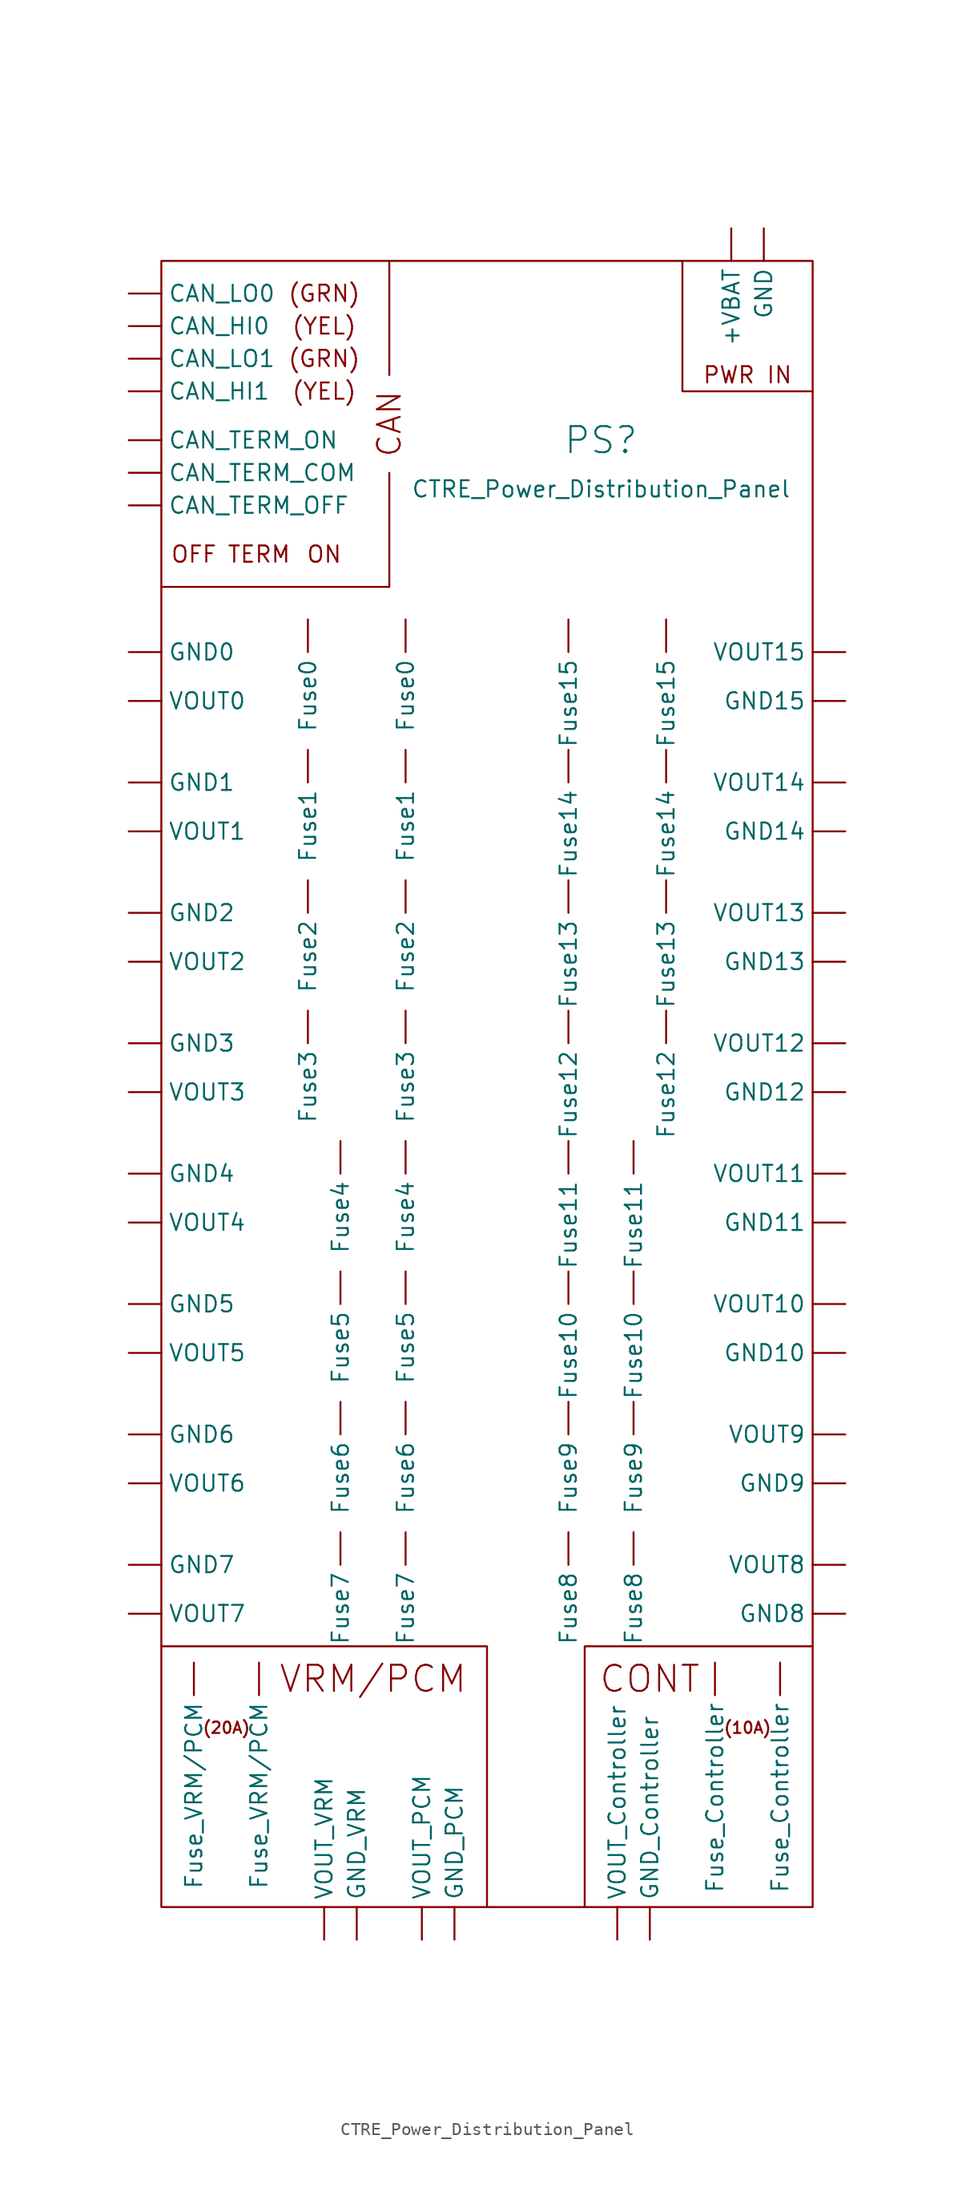
<source format=kicad_sym>
(kicad_symbol_lib
  (version 20220914)
  (generator kicad_symbol_editor)
  (symbol "CTRE_Power_Distribution_Panel"
    (property "Reference" "PS"
      (at 8.89 21.59 0)
      (effects (font (size 2.032 2.032))))
    (property "Value" "CTRE_Power_Distribution_Panel"
      (at 8.89 17.78 0)
      (effects (font (size 1.27 1.27))))
    (symbol "CTRE_Power_Distribution_Panel_0_0"
      (rectangle (start -25.4 35.56) (end 25.4 -92.71) (stroke (width 0) (type default)) (fill (type none)))
      (polyline (pts (xy -7.62 26.67) (xy -7.62 35.56)) (stroke (width 0) (type default)) (fill (type none)))
      (polyline (pts (xy -25.4 -72.39) (xy 0 -72.39) (xy 0 -92.71)) (stroke (width 0) (type default)) (fill (type none)))
      (polyline (pts (xy -7.62 19.05) (xy -7.62 10.16) (xy -25.4 10.16)) (stroke (width 0) (type default)) (fill (type none)))
      (polyline (pts (xy 7.62 -92.71) (xy 7.62 -72.39) (xy 25.4 -72.39)) (stroke (width 0) (type default)) (fill (type none)))
      (polyline (pts (xy 25.4 25.4) (xy 15.24 25.4) (xy 15.24 35.56)) (stroke (width 0) (type default)) (fill (type none)))
      (text "(10A)" (at 20.32 -78.74 0) (effects (font (size 0.889 0.889))))
      (text "(20A)" (at -20.32 -78.74 0) (effects (font (size 0.889 0.889))))
      (text "(GRN)" (at -12.7 27.94 0) (effects (font (size 1.27 1.27))))
      (text "(GRN)" (at -12.7 33.02 0) (effects (font (size 1.27 1.27))))
      (text "(YEL)" (at -12.7 25.4 0) (effects (font (size 1.27 1.27))))
      (text "(YEL)" (at -12.7 30.48 0) (effects (font (size 1.27 1.27))))
      (text "CAN" (at -7.62 22.86 900) (effects (font (size 1.778 1.778))))
      (text "CONT" (at 12.7 -74.93 0) (effects (font (size 2.032 2.032))))
      (text "OFF" (at -22.86 12.7 0) (effects (font (size 1.27 1.27))))
      (text "ON" (at -12.7 12.7 0) (effects (font (size 1.27 1.27))))
      (text "PWR IN" (at 20.32 26.67 0) (effects (font (size 1.27 1.27))))
      (text "TERM" (at -17.78 12.7 0) (effects (font (size 1.27 1.27))))
      (text "VRM/PCM" (at -8.89 -74.93 0) (effects (font (size 2.032 2.032)))))
    (symbol "CTRE_Power_Distribution_Panel_1_1"
      (pin power_in line (at 19.05 38.1 270) (length 2.54) (name "+VBAT" (effects (font (size 1.27 1.27)))) (number "" (effects (font (size 1.27 1.27)))))
      (pin bidirectional line (at -27.94 30.48 0) (length 2.54) (name "CAN_HI0" (effects (font (size 1.27 1.27)))) (number "" (effects (font (size 1.27 1.27)))))
      (pin bidirectional line (at -27.94 25.4 0) (length 2.54) (name "CAN_HI1" (effects (font (size 1.27 1.27)))) (number "" (effects (font (size 1.27 1.27)))))
      (pin bidirectional line (at -27.94 33.02 0) (length 2.54) (name "CAN_LO0" (effects (font (size 1.27 1.27)))) (number "" (effects (font (size 1.27 1.27)))))
      (pin bidirectional line (at -27.94 27.94 0) (length 2.54) (name "CAN_LO1" (effects (font (size 1.27 1.27)))) (number "" (effects (font (size 1.27 1.27)))))
      (pin bidirectional line (at -27.94 19.05 0) (length 2.54) (name "CAN_TERM_COM" (effects (font (size 1.27 1.27)))) (number "" (effects (font (size 1.27 1.27)))))
      (pin bidirectional line (at -27.94 16.51 0) (length 2.54) (name "CAN_TERM_OFF" (effects (font (size 1.27 1.27)))) (number "" (effects (font (size 1.27 1.27)))))
      (pin bidirectional line (at -27.94 21.59 0) (length 2.54) (name "CAN_TERM_ON" (effects (font (size 1.27 1.27)))) (number "" (effects (font (size 1.27 1.27)))))
      (pin bidirectional line (at -13.97 7.62 270) (length 2.54) (name "Fuse0" (effects (font (size 1.27 1.27)))) (number "" (effects (font (size 1.27 1.27)))))
      (pin bidirectional line (at -6.35 7.62 270) (length 2.54) (name "Fuse0" (effects (font (size 1.27 1.27)))) (number "" (effects (font (size 1.27 1.27)))))
      (pin bidirectional line (at -13.97 -2.54 270) (length 2.54) (name "Fuse1" (effects (font (size 1.27 1.27)))) (number "" (effects (font (size 1.27 1.27)))))
      (pin bidirectional line (at -6.35 -2.54 270) (length 2.54) (name "Fuse1" (effects (font (size 1.27 1.27)))) (number "" (effects (font (size 1.27 1.27)))))
      (pin bidirectional line (at 6.35 -43.18 270) (length 2.54) (name "Fuse10" (effects (font (size 1.27 1.27)))) (number "" (effects (font (size 1.27 1.27)))))
      (pin bidirectional line (at 11.43 -43.18 270) (length 2.54) (name "Fuse10" (effects (font (size 1.27 1.27)))) (number "" (effects (font (size 1.27 1.27)))))
      (pin bidirectional line (at 6.35 -33.02 270) (length 2.54) (name "Fuse11" (effects (font (size 1.27 1.27)))) (number "" (effects (font (size 1.27 1.27)))))
      (pin bidirectional line (at 11.43 -33.02 270) (length 2.54) (name "Fuse11" (effects (font (size 1.27 1.27)))) (number "" (effects (font (size 1.27 1.27)))))
      (pin bidirectional line (at 6.35 -22.86 270) (length 2.54) (name "Fuse12" (effects (font (size 1.27 1.27)))) (number "" (effects (font (size 1.27 1.27)))))
      (pin bidirectional line (at 13.97 -22.86 270) (length 2.54) (name "Fuse12" (effects (font (size 1.27 1.27)))) (number "" (effects (font (size 1.27 1.27)))))
      (pin bidirectional line (at 6.35 -12.7 270) (length 2.54) (name "Fuse13" (effects (font (size 1.27 1.27)))) (number "" (effects (font (size 1.27 1.27)))))
      (pin bidirectional line (at 13.97 -12.7 270) (length 2.54) (name "Fuse13" (effects (font (size 1.27 1.27)))) (number "" (effects (font (size 1.27 1.27)))))
      (pin bidirectional line (at 6.35 -2.54 270) (length 2.54) (name "Fuse14" (effects (font (size 1.27 1.27)))) (number "" (effects (font (size 1.27 1.27)))))
      (pin bidirectional line (at 13.97 -2.54 270) (length 2.54) (name "Fuse14" (effects (font (size 1.27 1.27)))) (number "" (effects (font (size 1.27 1.27)))))
      (pin bidirectional line (at 6.35 7.62 270) (length 2.54) (name "Fuse15" (effects (font (size 1.27 1.27)))) (number "" (effects (font (size 1.27 1.27)))))
      (pin bidirectional line (at 13.97 7.62 270) (length 2.54) (name "Fuse15" (effects (font (size 1.27 1.27)))) (number "" (effects (font (size 1.27 1.27)))))
      (pin bidirectional line (at -13.97 -12.7 270) (length 2.54) (name "Fuse2" (effects (font (size 1.27 1.27)))) (number "" (effects (font (size 1.27 1.27)))))
      (pin bidirectional line (at -6.35 -12.7 270) (length 2.54) (name "Fuse2" (effects (font (size 1.27 1.27)))) (number "" (effects (font (size 1.27 1.27)))))
      (pin bidirectional line (at -13.97 -22.86 270) (length 2.54) (name "Fuse3" (effects (font (size 1.27 1.27)))) (number "" (effects (font (size 1.27 1.27)))))
      (pin bidirectional line (at -6.35 -22.86 270) (length 2.54) (name "Fuse3" (effects (font (size 1.27 1.27)))) (number "" (effects (font (size 1.27 1.27)))))
      (pin bidirectional line (at -11.43 -33.02 270) (length 2.54) (name "Fuse4" (effects (font (size 1.27 1.27)))) (number "" (effects (font (size 1.27 1.27)))))
      (pin bidirectional line (at -6.35 -33.02 270) (length 2.54) (name "Fuse4" (effects (font (size 1.27 1.27)))) (number "" (effects (font (size 1.27 1.27)))))
      (pin bidirectional line (at -11.43 -43.18 270) (length 2.54) (name "Fuse5" (effects (font (size 1.27 1.27)))) (number "" (effects (font (size 1.27 1.27)))))
      (pin bidirectional line (at -6.35 -43.18 270) (length 2.54) (name "Fuse5" (effects (font (size 1.27 1.27)))) (number "" (effects (font (size 1.27 1.27)))))
      (pin bidirectional line (at -11.43 -53.34 270) (length 2.54) (name "Fuse6" (effects (font (size 1.27 1.27)))) (number "" (effects (font (size 1.27 1.27)))))
      (pin bidirectional line (at -6.35 -53.34 270) (length 2.54) (name "Fuse6" (effects (font (size 1.27 1.27)))) (number "" (effects (font (size 1.27 1.27)))))
      (pin bidirectional line (at -11.43 -63.5 270) (length 2.54) (name "Fuse7" (effects (font (size 1.27 1.27)))) (number "" (effects (font (size 1.27 1.27)))))
      (pin bidirectional line (at -6.35 -63.5 270) (length 2.54) (name "Fuse7" (effects (font (size 1.27 1.27)))) (number "" (effects (font (size 1.27 1.27)))))
      (pin bidirectional line (at 6.35 -63.5 270) (length 2.54) (name "Fuse8" (effects (font (size 1.27 1.27)))) (number "" (effects (font (size 1.27 1.27)))))
      (pin bidirectional line (at 11.43 -63.5 270) (length 2.54) (name "Fuse8" (effects (font (size 1.27 1.27)))) (number "" (effects (font (size 1.27 1.27)))))
      (pin bidirectional line (at 6.35 -53.34 270) (length 2.54) (name "Fuse9" (effects (font (size 1.27 1.27)))) (number "" (effects (font (size 1.27 1.27)))))
      (pin bidirectional line (at 11.43 -53.34 270) (length 2.54) (name "Fuse9" (effects (font (size 1.27 1.27)))) (number "" (effects (font (size 1.27 1.27)))))
      (pin bidirectional line (at 17.78 -73.66 270) (length 2.54) (name "Fuse_Controller" (effects (font (size 1.27 1.27)))) (number "" (effects (font (size 1.27 1.27)))))
      (pin bidirectional line (at 22.86 -73.66 270) (length 2.54) (name "Fuse_Controller" (effects (font (size 1.27 1.27)))) (number "" (effects (font (size 1.27 1.27)))))
      (pin bidirectional line (at -22.86 -73.66 270) (length 2.54) (name "Fuse_VRM/PCM" (effects (font (size 1.27 1.27)))) (number "" (effects (font (size 1.27 1.27)))))
      (pin bidirectional line (at -17.78 -73.66 270) (length 2.54) (name "Fuse_VRM/PCM" (effects (font (size 1.27 1.27)))) (number "" (effects (font (size 1.27 1.27)))))
      (pin power_in line (at 21.59 38.1 270) (length 2.54) (name "GND" (effects (font (size 1.27 1.27)))) (number "" (effects (font (size 1.27 1.27)))))
      (pin power_out line (at -27.94 5.08 0) (length 2.54) (name "GND0" (effects (font (size 1.27 1.27)))) (number "" (effects (font (size 1.27 1.27)))))
      (pin power_out line (at -27.94 -5.08 0) (length 2.54) (name "GND1" (effects (font (size 1.27 1.27)))) (number "" (effects (font (size 1.27 1.27)))))
      (pin power_out line (at 27.94 -49.53 180) (length 2.54) (name "GND10" (effects (font (size 1.27 1.27)))) (number "" (effects (font (size 1.27 1.27)))))
      (pin power_out line (at 27.94 -39.37 180) (length 2.54) (name "GND11" (effects (font (size 1.27 1.27)))) (number "" (effects (font (size 1.27 1.27)))))
      (pin power_out line (at 27.94 -29.21 180) (length 2.54) (name "GND12" (effects (font (size 1.27 1.27)))) (number "" (effects (font (size 1.27 1.27)))))
      (pin power_out line (at 27.94 -19.05 180) (length 2.54) (name "GND13" (effects (font (size 1.27 1.27)))) (number "" (effects (font (size 1.27 1.27)))))
      (pin power_out line (at 27.94 -8.89 180) (length 2.54) (name "GND14" (effects (font (size 1.27 1.27)))) (number "" (effects (font (size 1.27 1.27)))))
      (pin power_out line (at 27.94 1.27 180) (length 2.54) (name "GND15" (effects (font (size 1.27 1.27)))) (number "" (effects (font (size 1.27 1.27)))))
      (pin power_out line (at -27.94 -15.24 0) (length 2.54) (name "GND2" (effects (font (size 1.27 1.27)))) (number "" (effects (font (size 1.27 1.27)))))
      (pin power_out line (at -27.94 -25.4 0) (length 2.54) (name "GND3" (effects (font (size 1.27 1.27)))) (number "" (effects (font (size 1.27 1.27)))))
      (pin power_out line (at -27.94 -35.56 0) (length 2.54) (name "GND4" (effects (font (size 1.27 1.27)))) (number "" (effects (font (size 1.27 1.27)))))
      (pin power_out line (at -27.94 -45.72 0) (length 2.54) (name "GND5" (effects (font (size 1.27 1.27)))) (number "" (effects (font (size 1.27 1.27)))))
      (pin power_out line (at -27.94 -55.88 0) (length 2.54) (name "GND6" (effects (font (size 1.27 1.27)))) (number "" (effects (font (size 1.27 1.27)))))
      (pin power_out line (at -27.94 -66.04 0) (length 2.54) (name "GND7" (effects (font (size 1.27 1.27)))) (number "" (effects (font (size 1.27 1.27)))))
      (pin power_out line (at 27.94 -69.85 180) (length 2.54) (name "GND8" (effects (font (size 1.27 1.27)))) (number "" (effects (font (size 1.27 1.27)))))
      (pin power_out line (at 27.94 -59.69 180) (length 2.54) (name "GND9" (effects (font (size 1.27 1.27)))) (number "" (effects (font (size 1.27 1.27)))))
      (pin power_out line (at 12.7 -95.25 90) (length 2.54) (name "GND_Controller" (effects (font (size 1.27 1.27)))) (number "" (effects (font (size 1.27 1.27)))))
      (pin power_out line (at -2.54 -95.25 90) (length 2.54) (name "GND_PCM" (effects (font (size 1.27 1.27)))) (number "" (effects (font (size 1.27 1.27)))))
      (pin power_out line (at -10.16 -95.25 90) (length 2.54) (name "GND_VRM" (effects (font (size 1.27 1.27)))) (number "" (effects (font (size 1.27 1.27)))))
      (pin power_out line (at -27.94 1.27 0) (length 2.54) (name "VOUT0" (effects (font (size 1.27 1.27)))) (number "" (effects (font (size 1.27 1.27)))))
      (pin power_out line (at -27.94 -8.89 0) (length 2.54) (name "VOUT1" (effects (font (size 1.27 1.27)))) (number "" (effects (font (size 1.27 1.27)))))
      (pin power_out line (at 27.94 -45.72 180) (length 2.54) (name "VOUT10" (effects (font (size 1.27 1.27)))) (number "" (effects (font (size 1.27 1.27)))))
      (pin power_out line (at 27.94 -35.56 180) (length 2.54) (name "VOUT11" (effects (font (size 1.27 1.27)))) (number "" (effects (font (size 1.27 1.27)))))
      (pin power_out line (at 27.94 -25.4 180) (length 2.54) (name "VOUT12" (effects (font (size 1.27 1.27)))) (number "" (effects (font (size 1.27 1.27)))))
      (pin power_out line (at 27.94 -15.24 180) (length 2.54) (name "VOUT13" (effects (font (size 1.27 1.27)))) (number "" (effects (font (size 1.27 1.27)))))
      (pin power_out line (at 27.94 -5.08 180) (length 2.54) (name "VOUT14" (effects (font (size 1.27 1.27)))) (number "" (effects (font (size 1.27 1.27)))))
      (pin power_out line (at 27.94 5.08 180) (length 2.54) (name "VOUT15" (effects (font (size 1.27 1.27)))) (number "" (effects (font (size 1.27 1.27)))))
      (pin power_out line (at -27.94 -19.05 0) (length 2.54) (name "VOUT2" (effects (font (size 1.27 1.27)))) (number "" (effects (font (size 1.27 1.27)))))
      (pin power_out line (at -27.94 -29.21 0) (length 2.54) (name "VOUT3" (effects (font (size 1.27 1.27)))) (number "" (effects (font (size 1.27 1.27)))))
      (pin power_out line (at -27.94 -39.37 0) (length 2.54) (name "VOUT4" (effects (font (size 1.27 1.27)))) (number "" (effects (font (size 1.27 1.27)))))
      (pin power_out line (at -27.94 -49.53 0) (length 2.54) (name "VOUT5" (effects (font (size 1.27 1.27)))) (number "" (effects (font (size 1.27 1.27)))))
      (pin power_out line (at -27.94 -59.69 0) (length 2.54) (name "VOUT6" (effects (font (size 1.27 1.27)))) (number "" (effects (font (size 1.27 1.27)))))
      (pin power_out line (at -27.94 -69.85 0) (length 2.54) (name "VOUT7" (effects (font (size 1.27 1.27)))) (number "" (effects (font (size 1.27 1.27)))))
      (pin power_out line (at 27.94 -66.04 180) (length 2.54) (name "VOUT8" (effects (font (size 1.27 1.27)))) (number "" (effects (font (size 1.27 1.27)))))
      (pin power_out line (at 27.94 -55.88 180) (length 2.54) (name "VOUT9" (effects (font (size 1.27 1.27)))) (number "" (effects (font (size 1.27 1.27)))))
      (pin power_out line (at 10.16 -95.25 90) (length 2.54) (name "VOUT_Controller" (effects (font (size 1.27 1.27)))) (number "" (effects (font (size 1.27 1.27)))))
      (pin power_out line (at -5.08 -95.25 90) (length 2.54) (name "VOUT_PCM" (effects (font (size 1.27 1.27)))) (number "" (effects (font (size 1.27 1.27)))))
      (pin power_out line (at -12.7 -95.25 90) (length 2.54) (name "VOUT_VRM" (effects (font (size 1.27 1.27)))) (number "" (effects (font (size 1.27 1.27))))))))
</source>
